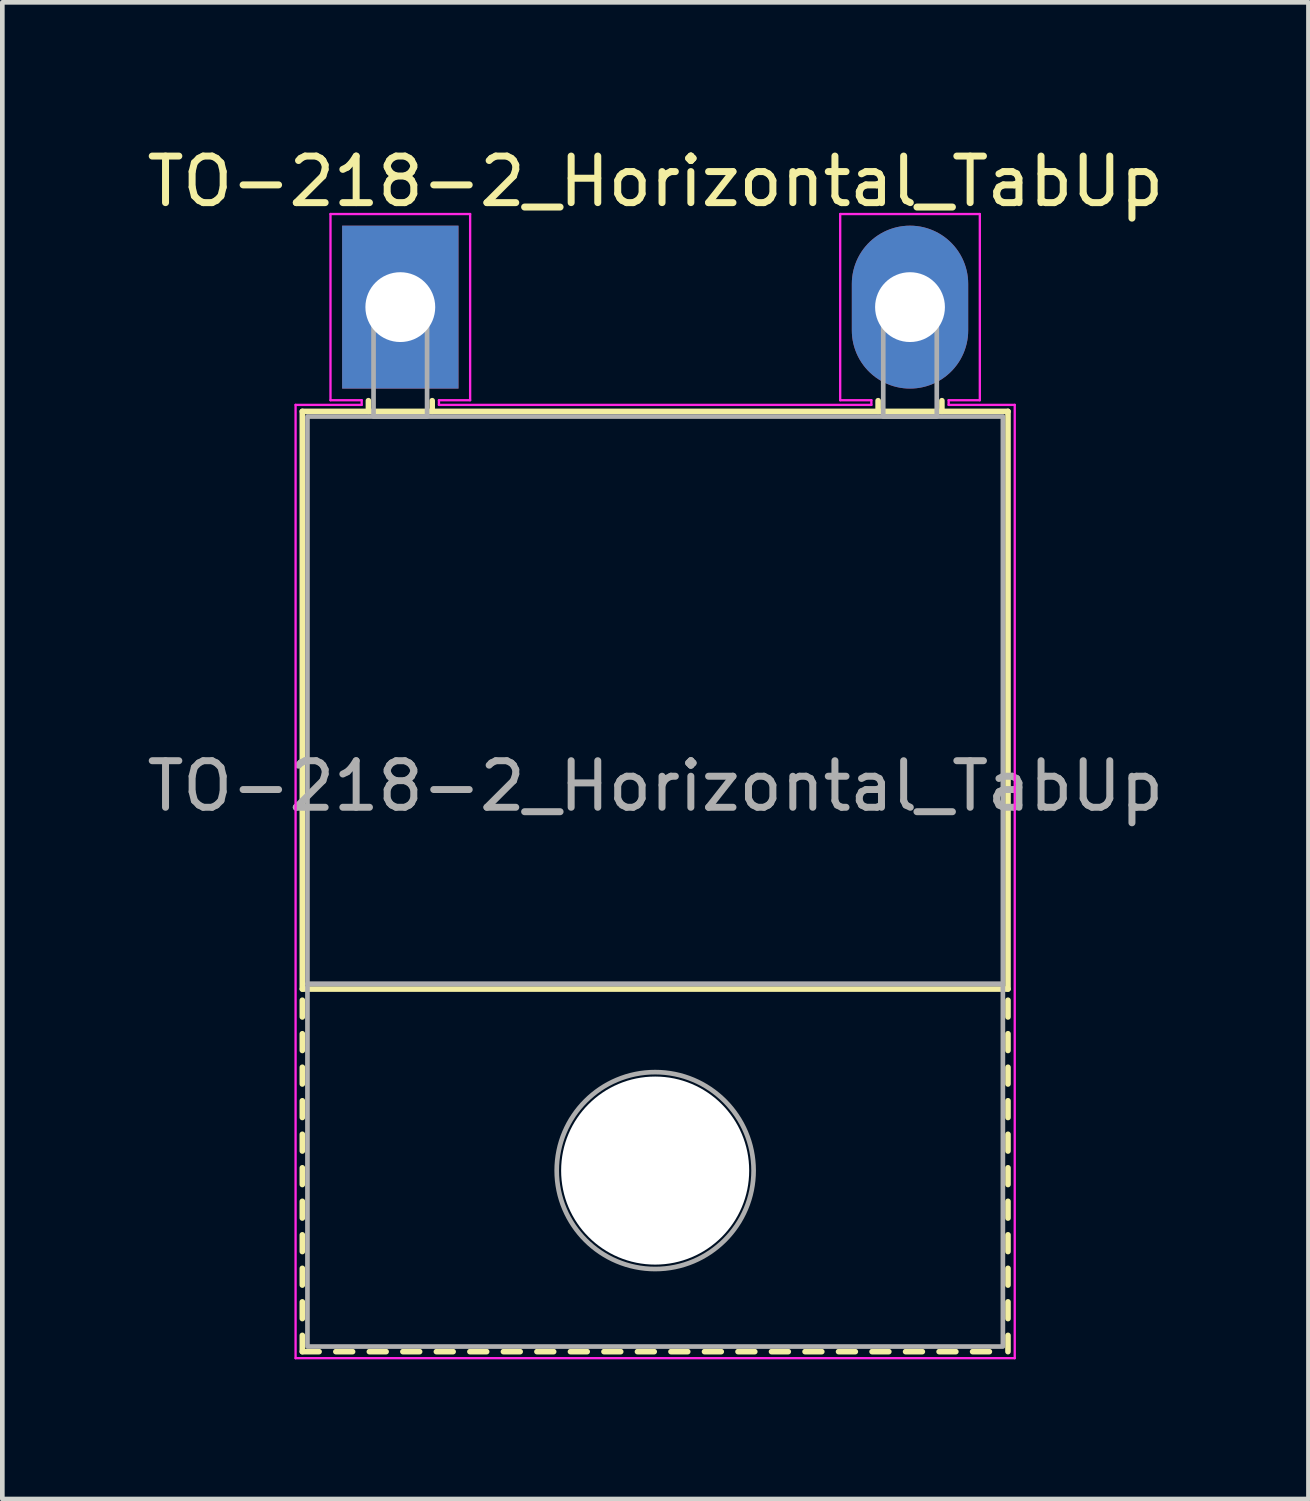
<source format=kicad_pcb>
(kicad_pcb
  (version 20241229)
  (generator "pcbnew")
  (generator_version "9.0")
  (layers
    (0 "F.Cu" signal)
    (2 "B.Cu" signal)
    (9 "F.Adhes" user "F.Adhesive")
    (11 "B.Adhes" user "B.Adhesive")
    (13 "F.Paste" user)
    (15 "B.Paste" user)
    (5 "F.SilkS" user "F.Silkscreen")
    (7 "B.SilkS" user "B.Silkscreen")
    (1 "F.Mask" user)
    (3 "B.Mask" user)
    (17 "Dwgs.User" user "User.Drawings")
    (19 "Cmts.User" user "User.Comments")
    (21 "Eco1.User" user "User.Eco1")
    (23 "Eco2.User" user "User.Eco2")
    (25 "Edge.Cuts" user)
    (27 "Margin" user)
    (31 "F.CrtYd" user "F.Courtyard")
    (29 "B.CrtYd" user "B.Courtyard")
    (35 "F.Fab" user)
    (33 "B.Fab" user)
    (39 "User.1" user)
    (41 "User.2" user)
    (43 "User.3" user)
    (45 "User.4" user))
  (footprint "TO-218-2_Horizontal_TabUp"
    (layer "F.Cu")
    (at 5.55 3.548)
    (property "Reference" "TO-218-2_Horizontal_TabUp" (at 5.48 -2.7 0) (layer "F.SilkS") (effects (font (size 1 1) (thickness 0.15))))
    (attr through_hole)
    (fp_line (start -2.105 2.24) (end -2.105 14.65) (stroke (width 0.12) (type solid)) (layer "F.SilkS"))
    (fp_line (start -2.105 2.24) (end 13.055 2.24) (stroke (width 0.12) (type solid)) (layer "F.SilkS"))
    (fp_line (start -2.105 14.65) (end 13.055 14.65) (stroke (width 0.12) (type solid)) (layer "F.SilkS"))
    (fp_line (start -2.105 14.89) (end -2.105 15.25) (stroke (width 0.12) (type solid)) (layer "F.SilkS"))
    (fp_line (start -2.105 15.61) (end -2.105 15.97) (stroke (width 0.12) (type solid)) (layer "F.SilkS"))
    (fp_line (start -2.105 16.33) (end -2.105 16.69) (stroke (width 0.12) (type solid)) (layer "F.SilkS"))
    (fp_line (start -2.105 17.05) (end -2.105 17.41) (stroke (width 0.12) (type solid)) (layer "F.SilkS"))
    (fp_line (start -2.105 17.77) (end -2.105 18.13) (stroke (width 0.12) (type solid)) (layer "F.SilkS"))
    (fp_line (start -2.105 18.49) (end -2.105 18.85) (stroke (width 0.12) (type solid)) (layer "F.SilkS"))
    (fp_line (start -2.105 19.21) (end -2.105 19.57) (stroke (width 0.12) (type solid)) (layer "F.SilkS"))
    (fp_line (start -2.105 19.93) (end -2.105 20.29) (stroke (width 0.12) (type solid)) (layer "F.SilkS"))
    (fp_line (start -2.105 20.65) (end -2.105 21.01) (stroke (width 0.12) (type solid)) (layer "F.SilkS"))
    (fp_line (start -2.105 21.37) (end -2.105 21.73) (stroke (width 0.12) (type solid)) (layer "F.SilkS"))
    (fp_line (start -2.105 22.09) (end -2.105 22.44) (stroke (width 0.12) (type solid)) (layer "F.SilkS"))
    (fp_line (start -2.105 22.44) (end -1.745 22.44) (stroke (width 0.12) (type solid)) (layer "F.SilkS"))
    (fp_line (start -1.385 22.44) (end -1.025 22.44) (stroke (width 0.12) (type solid)) (layer "F.SilkS"))
    (fp_line (start -0.685 2.24) (end -0.685 2.01) (stroke (width 0.12) (type solid)) (layer "F.SilkS"))
    (fp_line (start -0.665 22.44) (end -0.305 22.44) (stroke (width 0.12) (type solid)) (layer "F.SilkS"))
    (fp_line (start 0.055 22.44) (end 0.415 22.44) (stroke (width 0.12) (type solid)) (layer "F.SilkS"))
    (fp_line (start 0.685 2.24) (end 0.685 2.01) (stroke (width 0.12) (type solid)) (layer "F.SilkS"))
    (fp_line (start 0.775 22.44) (end 1.135 22.44) (stroke (width 0.12) (type solid)) (layer "F.SilkS"))
    (fp_line (start 1.495 22.44) (end 1.855 22.44) (stroke (width 0.12) (type solid)) (layer "F.SilkS"))
    (fp_line (start 2.215 22.44) (end 2.575 22.44) (stroke (width 0.12) (type solid)) (layer "F.SilkS"))
    (fp_line (start 2.935 22.44) (end 3.295 22.44) (stroke (width 0.12) (type solid)) (layer "F.SilkS"))
    (fp_line (start 3.655 22.44) (end 4.015 22.44) (stroke (width 0.12) (type solid)) (layer "F.SilkS"))
    (fp_line (start 4.375 22.44) (end 4.735 22.44) (stroke (width 0.12) (type solid)) (layer "F.SilkS"))
    (fp_line (start 5.095 22.44) (end 5.455 22.44) (stroke (width 0.12) (type solid)) (layer "F.SilkS"))
    (fp_line (start 5.815 22.44) (end 6.175 22.44) (stroke (width 0.12) (type solid)) (layer "F.SilkS"))
    (fp_line (start 6.535 22.44) (end 6.895 22.44) (stroke (width 0.12) (type solid)) (layer "F.SilkS"))
    (fp_line (start 7.255 22.44) (end 7.615 22.44) (stroke (width 0.12) (type solid)) (layer "F.SilkS"))
    (fp_line (start 7.975 22.44) (end 8.335 22.44) (stroke (width 0.12) (type solid)) (layer "F.SilkS"))
    (fp_line (start 8.695 22.44) (end 9.055 22.44) (stroke (width 0.12) (type solid)) (layer "F.SilkS"))
    (fp_line (start 9.415 22.44) (end 9.775 22.44) (stroke (width 0.12) (type solid)) (layer "F.SilkS"))
    (fp_line (start 10.135 22.44) (end 10.495 22.44) (stroke (width 0.12) (type solid)) (layer "F.SilkS"))
    (fp_line (start 10.265 2.24) (end 10.265 2.01) (stroke (width 0.12) (type solid)) (layer "F.SilkS"))
    (fp_line (start 10.855 22.44) (end 11.215 22.44) (stroke (width 0.12) (type solid)) (layer "F.SilkS"))
    (fp_line (start 11.575 22.44) (end 11.935 22.44) (stroke (width 0.12) (type solid)) (layer "F.SilkS"))
    (fp_line (start 11.635 2.24) (end 11.635 2.01) (stroke (width 0.12) (type solid)) (layer "F.SilkS"))
    (fp_line (start 12.295 22.44) (end 12.655 22.44) (stroke (width 0.12) (type solid)) (layer "F.SilkS"))
    (fp_line (start 13.055 2.24) (end 13.055 14.65) (stroke (width 0.12) (type solid)) (layer "F.SilkS"))
    (fp_line (start 13.055 14.89) (end 13.055 15.25) (stroke (width 0.12) (type solid)) (layer "F.SilkS"))
    (fp_line (start 13.055 15.61) (end 13.055 15.97) (stroke (width 0.12) (type solid)) (layer "F.SilkS"))
    (fp_line (start 13.055 16.33) (end 13.055 16.69) (stroke (width 0.12) (type solid)) (layer "F.SilkS"))
    (fp_line (start 13.055 17.05) (end 13.055 17.41) (stroke (width 0.12) (type solid)) (layer "F.SilkS"))
    (fp_line (start 13.055 17.77) (end 13.055 18.13) (stroke (width 0.12) (type solid)) (layer "F.SilkS"))
    (fp_line (start 13.055 18.49) (end 13.055 18.85) (stroke (width 0.12) (type solid)) (layer "F.SilkS"))
    (fp_line (start 13.055 19.21) (end 13.055 19.57) (stroke (width 0.12) (type solid)) (layer "F.SilkS"))
    (fp_line (start 13.055 19.93) (end 13.055 20.29) (stroke (width 0.12) (type solid)) (layer "F.SilkS"))
    (fp_line (start 13.055 20.65) (end 13.055 21.01) (stroke (width 0.12) (type solid)) (layer "F.SilkS"))
    (fp_line (start 13.055 21.37) (end 13.055 21.73) (stroke (width 0.12) (type solid)) (layer "F.SilkS"))
    (fp_line (start 13.055 22.09) (end 13.055 22.44) (stroke (width 0.12) (type solid)) (layer "F.SilkS"))
    (fp_line (start -2.25 2.1) (end -0.83 2.1) (stroke (width 0.05) (type solid)) (layer "F.CrtYd"))
    (fp_line (start -2.25 22.58) (end -2.25 2.1) (stroke (width 0.05) (type solid)) (layer "F.CrtYd"))
    (fp_line (start -1.5 -2) (end 1.5 -2) (stroke (width 0.05) (type solid)) (layer "F.CrtYd"))
    (fp_line (start -1.5 2) (end -1.5 -2) (stroke (width 0.05) (type solid)) (layer "F.CrtYd"))
    (fp_line (start -0.83 2) (end -1.5 2) (stroke (width 0.05) (type solid)) (layer "F.CrtYd"))
    (fp_line (start -0.83 2.1) (end -0.83 2) (stroke (width 0.05) (type solid)) (layer "F.CrtYd"))
    (fp_line (start 0.83 2) (end 0.83 2.1) (stroke (width 0.05) (type solid)) (layer "F.CrtYd"))
    (fp_line (start 0.83 2.1) (end 10.12 2.1) (stroke (width 0.05) (type solid)) (layer "F.CrtYd"))
    (fp_line (start 1.5 -2) (end 1.5 2) (stroke (width 0.05) (type solid)) (layer "F.CrtYd"))
    (fp_line (start 1.5 2) (end 0.83 2) (stroke (width 0.05) (type solid)) (layer "F.CrtYd"))
    (fp_line (start 9.45 -2) (end 12.45 -2) (stroke (width 0.05) (type solid)) (layer "F.CrtYd"))
    (fp_line (start 9.45 2) (end 9.45 -2) (stroke (width 0.05) (type solid)) (layer "F.CrtYd"))
    (fp_line (start 10.12 2) (end 9.45 2) (stroke (width 0.05) (type solid)) (layer "F.CrtYd"))
    (fp_line (start 10.12 2.1) (end 10.12 2) (stroke (width 0.05) (type solid)) (layer "F.CrtYd"))
    (fp_line (start 11.78 2) (end 11.78 2.1) (stroke (width 0.05) (type solid)) (layer "F.CrtYd"))
    (fp_line (start 11.78 2.1) (end 13.2 2.1) (stroke (width 0.05) (type solid)) (layer "F.CrtYd"))
    (fp_line (start 12.45 -2) (end 12.45 2) (stroke (width 0.05) (type solid)) (layer "F.CrtYd"))
    (fp_line (start 12.45 2) (end 11.78 2) (stroke (width 0.05) (type solid)) (layer "F.CrtYd"))
    (fp_line (start 13.2 2.1) (end 13.2 22.58) (stroke (width 0.05) (type solid)) (layer "F.CrtYd"))
    (fp_line (start 13.2 22.58) (end -2.25 22.58) (stroke (width 0.05) (type solid)) (layer "F.CrtYd"))
    (fp_rect (start -1.995 2.35) (end 12.945 14.54) (stroke (width 0.1) (type solid)) (fill no) (layer "F.Fab"))
    (fp_rect (start -1.995 14.54) (end 12.945 22.33) (stroke (width 0.1) (type solid)) (fill no) (layer "F.Fab"))
    (fp_rect (start -0.575 0) (end 0.575 2.35) (stroke (width 0.1) (type solid)) (fill no) (layer "F.Fab"))
    (fp_rect (start 10.375 0) (end 11.525 2.35) (stroke (width 0.1) (type solid)) (fill no) (layer "F.Fab"))
    (fp_circle (center 5.475 18.55) (end 7.59 18.55) (stroke (width 0.1) (type solid)) (fill no) (layer "F.Fab"))
    (fp_text user "${REFERENCE}" (at 5.48 10.29 0) (layer "F.Fab") (effects (font (size 1 1) (thickness 0.15))))
    (pad "" np_thru_hole circle (at 5.475 18.55) (size 4.04 4.04) (drill 4.04) (layers "*.Cu" "*.Mask"))
    (pad "1" thru_hole rect (at 0 0) (size 2.5 3.5) (drill 1.5) (layers "*.Cu" "*.Mask"))
    (pad "2" thru_hole oval (at 10.95 0) (size 2.5 3.5) (drill 1.5) (layers "*.Cu" "*.Mask")))
  (gr_rect
    (start -3 -3)
    (end 25.06 29.153)
    (stroke (width 0.1) (type default))
    (fill no)
    (layer "Edge.Cuts")))
</source>
